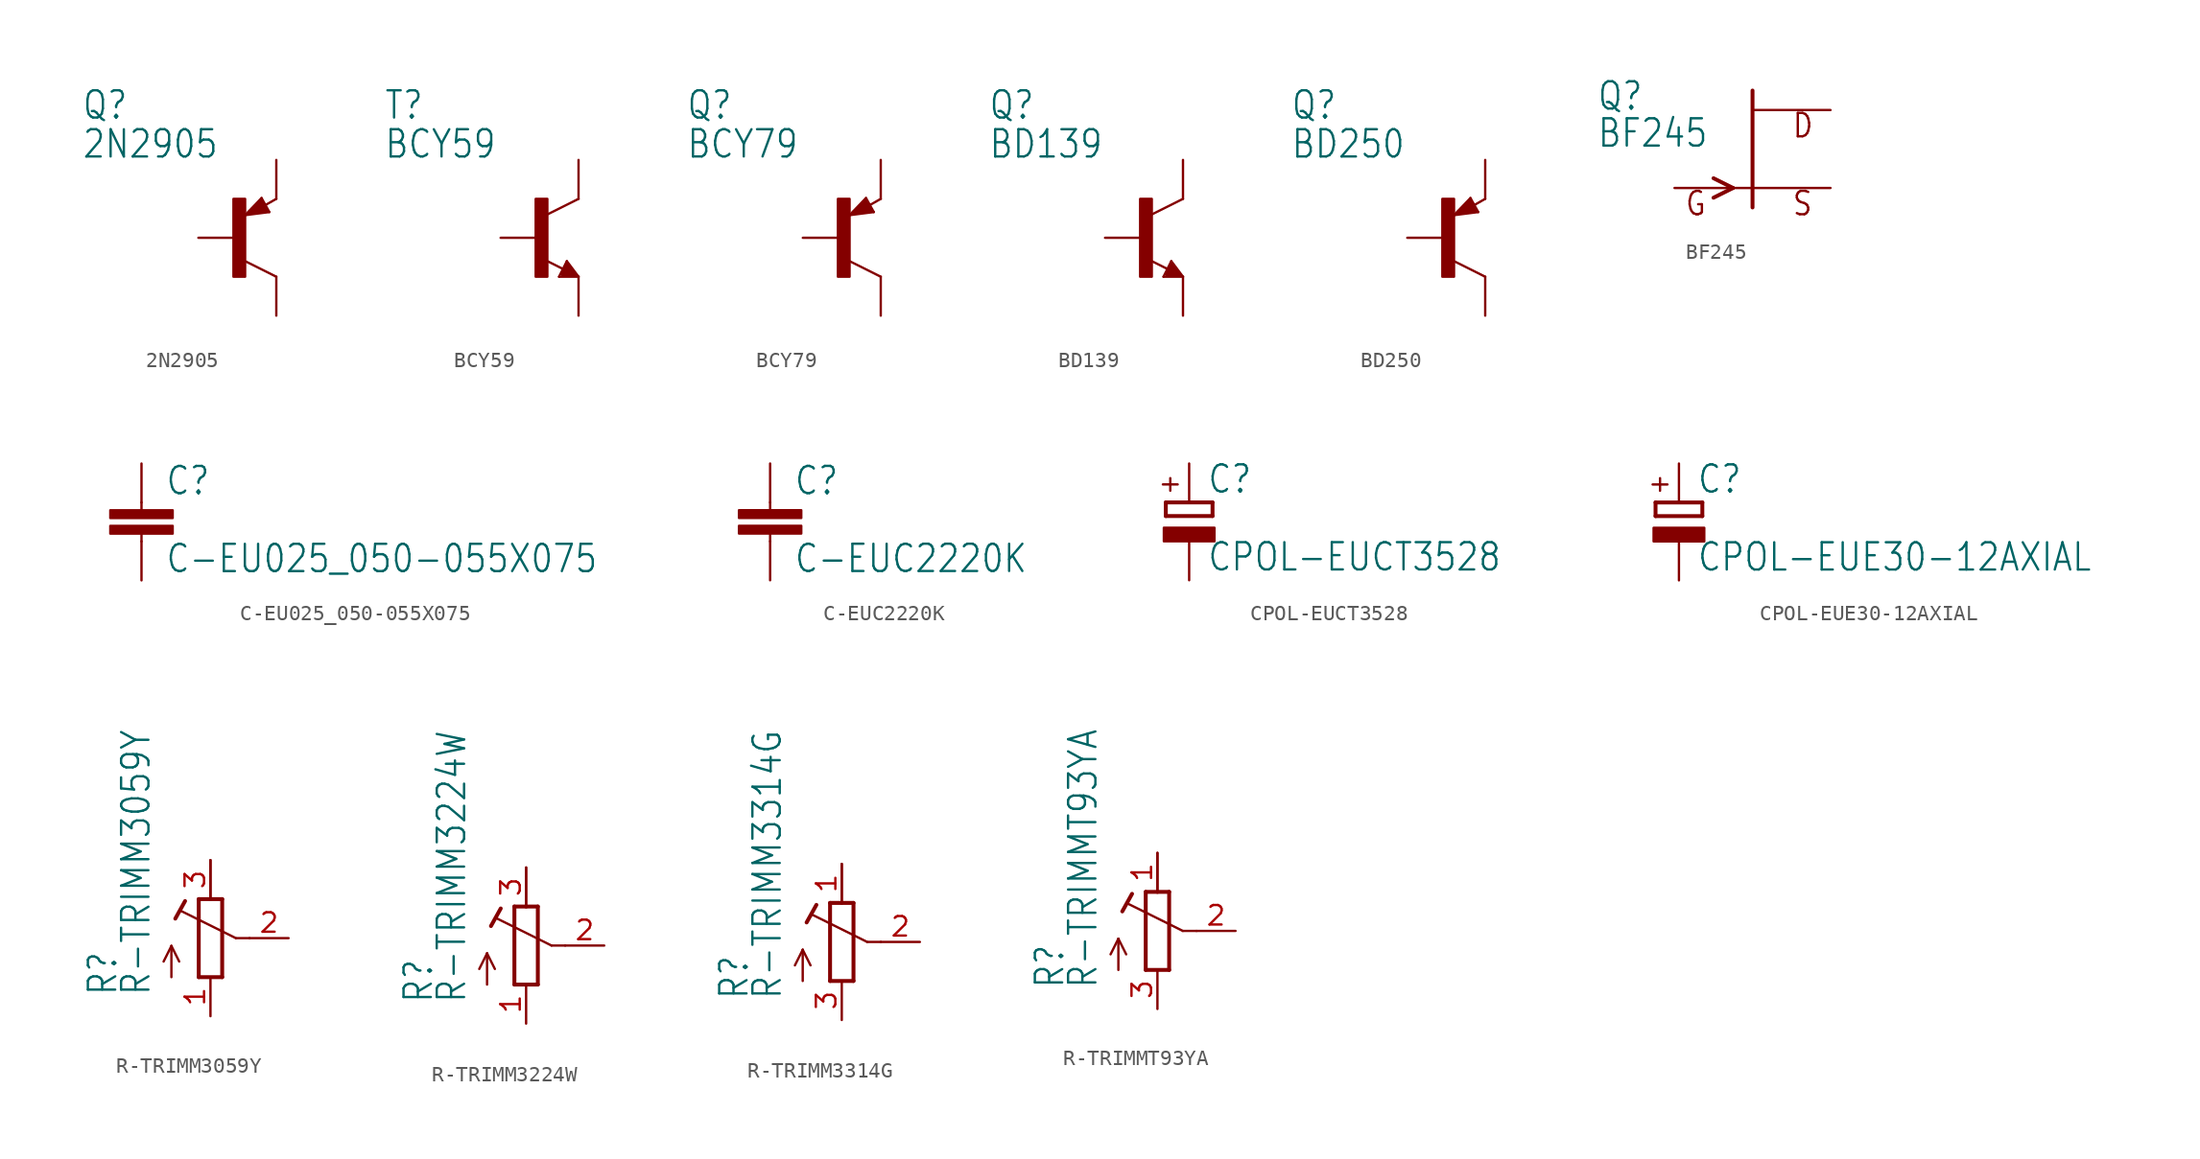
<source format=kicad_sym>
(kicad_symbol_lib
  (version 20211014)
  (generator kicad_symbol_editor)
  (symbol "2N2905"
    (property "Reference" "Q"
      (at -10.16 7.62 0)
      (effects (font (size 1.778 1.511)) (justify left bottom)))
    (property "Value" "2N2905"
      (at -10.16 5.08 0)
      (effects (font (size 1.778 1.511)) (justify left bottom)))
    (property "ki_locked" ""
      (at 0 0 0)
      (effects (font (size 1.27 1.27))))
    (symbol "2N2905_1_0"
      (rectangle (start -0.254 -2.54) (end 0.508 2.54) (stroke (width 0) (type default) (color 0 0 0 0)) (fill (type outline)))
      (polyline (pts (xy 0.516 1.478) (xy 2.086 1.678)) (stroke (width 0.152) (type default) (color 0 0 0 0)) (fill (type none)))
      (polyline (pts (xy 0.762 1.651) (xy 1.778 1.778)) (stroke (width 0.254) (type default) (color 0 0 0 0)) (fill (type none)))
      (polyline (pts (xy 1.143 1.905) (xy 1.524 1.905)) (stroke (width 0.254) (type default) (color 0 0 0 0)) (fill (type none)))
      (polyline (pts (xy 1.524 2.159) (xy 1.143 1.905)) (stroke (width 0.254) (type default) (color 0 0 0 0)) (fill (type none)))
      (polyline (pts (xy 1.524 2.413) (xy 0.762 1.651)) (stroke (width 0.254) (type default) (color 0 0 0 0)) (fill (type none)))
      (polyline (pts (xy 1.578 2.594) (xy 0.516 1.478)) (stroke (width 0.152) (type default) (color 0 0 0 0)) (fill (type none)))
      (polyline (pts (xy 1.778 1.778) (xy 1.524 2.159)) (stroke (width 0.254) (type default) (color 0 0 0 0)) (fill (type none)))
      (polyline (pts (xy 1.905 1.778) (xy 1.524 2.413)) (stroke (width 0.254) (type default) (color 0 0 0 0)) (fill (type none)))
      (polyline (pts (xy 2.086 1.678) (xy 1.578 2.594)) (stroke (width 0.152) (type default) (color 0 0 0 0)) (fill (type none)))
      (polyline (pts (xy 2.54 -2.54) (xy 0.508 -1.524)) (stroke (width 0.152) (type default) (color 0 0 0 0)) (fill (type none)))
      (polyline (pts (xy 2.54 2.54) (xy 1.808 2.124)) (stroke (width 0.152) (type default) (color 0 0 0 0)) (fill (type none)))
      (pin passive line (at 2.54 5.08 270) (length 2.54) (name "E" (effects (font (size 0 0)))) (number "1" (effects (font (size 0 0)))))
      (pin passive line (at -2.54 0 0) (length 2.54) (name "B" (effects (font (size 0 0)))) (number "2" (effects (font (size 0 0)))))
      (pin passive line (at 2.54 -5.08 90) (length 2.54) (name "C" (effects (font (size 0 0)))) (number "3" (effects (font (size 0 0)))))))
  (symbol "BCY59"
    (property "Reference" "T"
      (at -10.16 7.62 0)
      (effects (font (size 1.778 1.511)) (justify left bottom)))
    (property "Value" "BCY59"
      (at -10.16 5.08 0)
      (effects (font (size 1.778 1.511)) (justify left bottom)))
    (property "ki_locked" ""
      (at 0 0 0)
      (effects (font (size 1.27 1.27))))
    (symbol "BCY59_1_0"
      (rectangle (start -0.254 -2.54) (end 0.508 2.54) (stroke (width 0) (type default) (color 0 0 0 0)) (fill (type outline)))
      (polyline (pts (xy 1.27 -2.54) (xy 1.778 -1.524)) (stroke (width 0.152) (type default) (color 0 0 0 0)) (fill (type none)))
      (polyline (pts (xy 1.524 -2.413) (xy 2.286 -2.413)) (stroke (width 0.254) (type default) (color 0 0 0 0)) (fill (type none)))
      (polyline (pts (xy 1.524 -2.286) (xy 1.905 -2.286)) (stroke (width 0.254) (type default) (color 0 0 0 0)) (fill (type none)))
      (polyline (pts (xy 1.54 -2.04) (xy 0.308 -1.424)) (stroke (width 0.152) (type default) (color 0 0 0 0)) (fill (type none)))
      (polyline (pts (xy 1.778 -1.778) (xy 1.524 -2.286)) (stroke (width 0.254) (type default) (color 0 0 0 0)) (fill (type none)))
      (polyline (pts (xy 1.778 -1.524) (xy 2.54 -2.54)) (stroke (width 0.152) (type default) (color 0 0 0 0)) (fill (type none)))
      (polyline (pts (xy 1.905 -2.286) (xy 1.778 -2.032)) (stroke (width 0.254) (type default) (color 0 0 0 0)) (fill (type none)))
      (polyline (pts (xy 2.286 -2.413) (xy 1.778 -1.778)) (stroke (width 0.254) (type default) (color 0 0 0 0)) (fill (type none)))
      (polyline (pts (xy 2.54 -2.54) (xy 1.27 -2.54)) (stroke (width 0.152) (type default) (color 0 0 0 0)) (fill (type none)))
      (polyline (pts (xy 2.54 2.54) (xy 0.508 1.524)) (stroke (width 0.152) (type default) (color 0 0 0 0)) (fill (type none)))
      (pin passive line (at 2.54 -5.08 90) (length 2.54) (name "E" (effects (font (size 0 0)))) (number "1" (effects (font (size 0 0)))))
      (pin passive line (at -2.54 0 0) (length 2.54) (name "B" (effects (font (size 0 0)))) (number "2" (effects (font (size 0 0)))))
      (pin passive line (at 2.54 5.08 270) (length 2.54) (name "C" (effects (font (size 0 0)))) (number "3" (effects (font (size 0 0)))))))
  (symbol "BCY79"
    (property "Reference" "Q"
      (at -10.16 7.62 0)
      (effects (font (size 1.778 1.511)) (justify left bottom)))
    (property "Value" "BCY79"
      (at -10.16 5.08 0)
      (effects (font (size 1.778 1.511)) (justify left bottom)))
    (property "ki_locked" ""
      (at 0 0 0)
      (effects (font (size 1.27 1.27))))
    (symbol "BCY79_1_0"
      (rectangle (start -0.254 -2.54) (end 0.508 2.54) (stroke (width 0) (type default) (color 0 0 0 0)) (fill (type outline)))
      (polyline (pts (xy 0.516 1.478) (xy 2.086 1.678)) (stroke (width 0.152) (type default) (color 0 0 0 0)) (fill (type none)))
      (polyline (pts (xy 0.762 1.651) (xy 1.778 1.778)) (stroke (width 0.254) (type default) (color 0 0 0 0)) (fill (type none)))
      (polyline (pts (xy 1.143 1.905) (xy 1.524 1.905)) (stroke (width 0.254) (type default) (color 0 0 0 0)) (fill (type none)))
      (polyline (pts (xy 1.524 2.159) (xy 1.143 1.905)) (stroke (width 0.254) (type default) (color 0 0 0 0)) (fill (type none)))
      (polyline (pts (xy 1.524 2.413) (xy 0.762 1.651)) (stroke (width 0.254) (type default) (color 0 0 0 0)) (fill (type none)))
      (polyline (pts (xy 1.578 2.594) (xy 0.516 1.478)) (stroke (width 0.152) (type default) (color 0 0 0 0)) (fill (type none)))
      (polyline (pts (xy 1.778 1.778) (xy 1.524 2.159)) (stroke (width 0.254) (type default) (color 0 0 0 0)) (fill (type none)))
      (polyline (pts (xy 1.905 1.778) (xy 1.524 2.413)) (stroke (width 0.254) (type default) (color 0 0 0 0)) (fill (type none)))
      (polyline (pts (xy 2.086 1.678) (xy 1.578 2.594)) (stroke (width 0.152) (type default) (color 0 0 0 0)) (fill (type none)))
      (polyline (pts (xy 2.54 -2.54) (xy 0.508 -1.524)) (stroke (width 0.152) (type default) (color 0 0 0 0)) (fill (type none)))
      (polyline (pts (xy 2.54 2.54) (xy 1.808 2.124)) (stroke (width 0.152) (type default) (color 0 0 0 0)) (fill (type none)))
      (pin passive line (at 2.54 5.08 270) (length 2.54) (name "E" (effects (font (size 0 0)))) (number "1" (effects (font (size 0 0)))))
      (pin passive line (at -2.54 0 0) (length 2.54) (name "B" (effects (font (size 0 0)))) (number "2" (effects (font (size 0 0)))))
      (pin passive line (at 2.54 -5.08 90) (length 2.54) (name "C" (effects (font (size 0 0)))) (number "3" (effects (font (size 0 0)))))))
  (symbol "BD139"
    (property "Reference" "Q"
      (at -10.16 7.62 0)
      (effects (font (size 1.778 1.511)) (justify left bottom)))
    (property "Value" "BD139"
      (at -10.16 5.08 0)
      (effects (font (size 1.778 1.511)) (justify left bottom)))
    (property "ki_locked" ""
      (at 0 0 0)
      (effects (font (size 1.27 1.27))))
    (symbol "BD139_1_0"
      (rectangle (start -0.254 -2.54) (end 0.508 2.54) (stroke (width 0) (type default) (color 0 0 0 0)) (fill (type outline)))
      (polyline (pts (xy 1.27 -2.54) (xy 1.778 -1.524)) (stroke (width 0.152) (type default) (color 0 0 0 0)) (fill (type none)))
      (polyline (pts (xy 1.524 -2.413) (xy 2.286 -2.413)) (stroke (width 0.254) (type default) (color 0 0 0 0)) (fill (type none)))
      (polyline (pts (xy 1.524 -2.286) (xy 1.905 -2.286)) (stroke (width 0.254) (type default) (color 0 0 0 0)) (fill (type none)))
      (polyline (pts (xy 1.54 -2.04) (xy 0.308 -1.424)) (stroke (width 0.152) (type default) (color 0 0 0 0)) (fill (type none)))
      (polyline (pts (xy 1.778 -1.778) (xy 1.524 -2.286)) (stroke (width 0.254) (type default) (color 0 0 0 0)) (fill (type none)))
      (polyline (pts (xy 1.778 -1.524) (xy 2.54 -2.54)) (stroke (width 0.152) (type default) (color 0 0 0 0)) (fill (type none)))
      (polyline (pts (xy 1.905 -2.286) (xy 1.778 -2.032)) (stroke (width 0.254) (type default) (color 0 0 0 0)) (fill (type none)))
      (polyline (pts (xy 2.286 -2.413) (xy 1.778 -1.778)) (stroke (width 0.254) (type default) (color 0 0 0 0)) (fill (type none)))
      (polyline (pts (xy 2.54 -2.54) (xy 1.27 -2.54)) (stroke (width 0.152) (type default) (color 0 0 0 0)) (fill (type none)))
      (polyline (pts (xy 2.54 2.54) (xy 0.508 1.524)) (stroke (width 0.152) (type default) (color 0 0 0 0)) (fill (type none)))
      (pin passive line (at 2.54 -5.08 90) (length 2.54) (name "E" (effects (font (size 0 0)))) (number "1" (effects (font (size 0 0)))))
      (pin passive line (at 2.54 5.08 270) (length 2.54) (name "C" (effects (font (size 0 0)))) (number "2" (effects (font (size 0 0)))))
      (pin passive line (at -2.54 0 0) (length 2.54) (name "B" (effects (font (size 0 0)))) (number "3" (effects (font (size 0 0)))))))
  (symbol "BD250"
    (property "Reference" "Q"
      (at -10.16 7.62 0)
      (effects (font (size 1.778 1.511)) (justify left bottom)))
    (property "Value" "BD250"
      (at -10.16 5.08 0)
      (effects (font (size 1.778 1.511)) (justify left bottom)))
    (property "ki_locked" ""
      (at 0 0 0)
      (effects (font (size 1.27 1.27))))
    (symbol "BD250_1_0"
      (rectangle (start -0.254 -2.54) (end 0.508 2.54) (stroke (width 0) (type default) (color 0 0 0 0)) (fill (type outline)))
      (polyline (pts (xy 0.516 1.478) (xy 2.086 1.678)) (stroke (width 0.152) (type default) (color 0 0 0 0)) (fill (type none)))
      (polyline (pts (xy 0.762 1.651) (xy 1.778 1.778)) (stroke (width 0.254) (type default) (color 0 0 0 0)) (fill (type none)))
      (polyline (pts (xy 1.143 1.905) (xy 1.524 1.905)) (stroke (width 0.254) (type default) (color 0 0 0 0)) (fill (type none)))
      (polyline (pts (xy 1.524 2.159) (xy 1.143 1.905)) (stroke (width 0.254) (type default) (color 0 0 0 0)) (fill (type none)))
      (polyline (pts (xy 1.524 2.413) (xy 0.762 1.651)) (stroke (width 0.254) (type default) (color 0 0 0 0)) (fill (type none)))
      (polyline (pts (xy 1.578 2.594) (xy 0.516 1.478)) (stroke (width 0.152) (type default) (color 0 0 0 0)) (fill (type none)))
      (polyline (pts (xy 1.778 1.778) (xy 1.524 2.159)) (stroke (width 0.254) (type default) (color 0 0 0 0)) (fill (type none)))
      (polyline (pts (xy 1.905 1.778) (xy 1.524 2.413)) (stroke (width 0.254) (type default) (color 0 0 0 0)) (fill (type none)))
      (polyline (pts (xy 2.086 1.678) (xy 1.578 2.594)) (stroke (width 0.152) (type default) (color 0 0 0 0)) (fill (type none)))
      (polyline (pts (xy 2.54 -2.54) (xy 0.508 -1.524)) (stroke (width 0.152) (type default) (color 0 0 0 0)) (fill (type none)))
      (polyline (pts (xy 2.54 2.54) (xy 1.808 2.124)) (stroke (width 0.152) (type default) (color 0 0 0 0)) (fill (type none)))
      (pin passive line (at -2.54 0 0) (length 2.54) (name "B" (effects (font (size 0 0)))) (number "1" (effects (font (size 0 0)))))
      (pin passive line (at 2.54 -5.08 90) (length 2.54) (name "C" (effects (font (size 0 0)))) (number "2" (effects (font (size 0 0)))))
      (pin passive line (at 2.54 5.08 270) (length 2.54) (name "E" (effects (font (size 0 0)))) (number "3" (effects (font (size 0 0)))))))
  (symbol "BF245"
    (property "Reference" "Q"
      (at -10.16 2.413 0)
      (effects (font (size 1.778 1.511)) (justify left bottom)))
    (property "Value" "BF245"
      (at -10.16 0 0)
      (effects (font (size 1.778 1.511)) (justify left bottom)))
    (property "ki_locked" ""
      (at 0 0 0)
      (effects (font (size 1.27 1.27))))
    (symbol "BF245_1_0"
      (polyline (pts (xy -2.54 -1.905) (xy -1.27 -2.54)) (stroke (width 0.254) (type default) (color 0 0 0 0)) (fill (type none)))
      (polyline (pts (xy -1.27 -2.54) (xy -2.54 -3.175)) (stroke (width 0.254) (type default) (color 0 0 0 0)) (fill (type none)))
      (polyline (pts (xy 0 -3.81) (xy 0 3.81)) (stroke (width 0.254) (type default) (color 0 0 0 0)) (fill (type none)))
      (text "D" (at 2.54 0.635 0) (effects (font (size 1.524 1.295)) (justify left bottom)))
      (text "G" (at -4.445 -4.445 0) (effects (font (size 1.524 1.295)) (justify left bottom)))
      (text "S" (at 2.54 -4.445 0) (effects (font (size 1.524 1.295)) (justify left bottom)))
      (pin passive line (at 5.08 2.54 180) (length 5.08) (name "D" (effects (font (size 0 0)))) (number "1" (effects (font (size 0 0)))))
      (pin passive line (at 5.08 -2.54 180) (length 5.08) (name "S" (effects (font (size 0 0)))) (number "2" (effects (font (size 0 0)))))
      (pin passive line (at -5.08 -2.54 0) (length 5.08) (name "G" (effects (font (size 0 0)))) (number "3" (effects (font (size 0 0)))))))
  (symbol "C-EU025_050-055X075"
    (property "Reference" "C"
      (at 1.524 0.381 0)
      (effects (font (size 1.778 1.511)) (justify left bottom)))
    (property "Value" "C-EU025_050-055X075"
      (at 1.524 -4.699 0)
      (effects (font (size 1.778 1.511)) (justify left bottom)))
    (property "ki_locked" ""
      (at 0 0 0)
      (effects (font (size 1.27 1.27))))
    (symbol "C-EU025_050-055X075_1_0"
      (rectangle (start -2.032 -2.032) (end 2.032 -1.524) (stroke (width 0) (type default) (color 0 0 0 0)) (fill (type outline)))
      (rectangle (start -2.032 -1.016) (end 2.032 -0.508) (stroke (width 0) (type default) (color 0 0 0 0)) (fill (type outline)))
      (polyline (pts (xy 0 -2.54) (xy 0 -2.032)) (stroke (width 0.152) (type default) (color 0 0 0 0)) (fill (type none)))
      (polyline (pts (xy 0 0) (xy 0 -0.508)) (stroke (width 0.152) (type default) (color 0 0 0 0)) (fill (type none)))
      (pin passive line (at 0 2.54 270) (length 2.54) (name "1" (effects (font (size 0 0)))) (number "1" (effects (font (size 0 0)))))
      (pin passive line (at 0 -5.08 90) (length 2.54) (name "2" (effects (font (size 0 0)))) (number "2" (effects (font (size 0 0)))))))
  (symbol "C-EUC2220K"
    (property "Reference" "C"
      (at 1.524 0.381 0)
      (effects (font (size 1.778 1.511)) (justify left bottom)))
    (property "Value" "C-EUC2220K"
      (at 1.524 -4.699 0)
      (effects (font (size 1.778 1.511)) (justify left bottom)))
    (property "ki_locked" ""
      (at 0 0 0)
      (effects (font (size 1.27 1.27))))
    (symbol "C-EUC2220K_1_0"
      (rectangle (start -2.032 -2.032) (end 2.032 -1.524) (stroke (width 0) (type default) (color 0 0 0 0)) (fill (type outline)))
      (rectangle (start -2.032 -1.016) (end 2.032 -0.508) (stroke (width 0) (type default) (color 0 0 0 0)) (fill (type outline)))
      (polyline (pts (xy 0 -2.54) (xy 0 -2.032)) (stroke (width 0.152) (type default) (color 0 0 0 0)) (fill (type none)))
      (polyline (pts (xy 0 0) (xy 0 -0.508)) (stroke (width 0.152) (type default) (color 0 0 0 0)) (fill (type none)))
      (pin passive line (at 0 2.54 270) (length 2.54) (name "1" (effects (font (size 0 0)))) (number "1" (effects (font (size 0 0)))))
      (pin passive line (at 0 -5.08 90) (length 2.54) (name "2" (effects (font (size 0 0)))) (number "2" (effects (font (size 0 0)))))))
  (symbol "CPOL-EUCT3528"
    (property "Reference" "C"
      (at 1.143 0.483 0)
      (effects (font (size 1.778 1.511)) (justify left bottom)))
    (property "Value" "CPOL-EUCT3528"
      (at 1.143 -4.597 0)
      (effects (font (size 1.778 1.511)) (justify left bottom)))
    (property "ki_locked" ""
      (at 0 0 0)
      (effects (font (size 1.27 1.27))))
    (symbol "CPOL-EUCT3528_1_0"
      (rectangle (start -1.651 -2.54) (end 1.651 -1.651) (stroke (width 0) (type default) (color 0 0 0 0)) (fill (type outline)))
      (polyline (pts (xy -1.524 -0.889) (xy 1.524 -0.889)) (stroke (width 0.254) (type default) (color 0 0 0 0)) (fill (type none)))
      (polyline (pts (xy -1.524 0) (xy -1.524 -0.889)) (stroke (width 0.254) (type default) (color 0 0 0 0)) (fill (type none)))
      (polyline (pts (xy -1.524 0) (xy 1.524 0)) (stroke (width 0.254) (type default) (color 0 0 0 0)) (fill (type none)))
      (polyline (pts (xy 1.524 -0.889) (xy 1.524 0)) (stroke (width 0.254) (type default) (color 0 0 0 0)) (fill (type none)))
      (text "+" (at -0.584 0.406 900) (effects (font (size 1.27 1.079)) (justify left bottom)))
      (pin passive line (at 0 -5.08 90) (length 2.54) (name "-" (effects (font (size 0 0)))) (number "+" (effects (font (size 0 0)))))
      (pin passive line (at 0 2.54 270) (length 2.54) (name "+" (effects (font (size 0 0)))) (number "-" (effects (font (size 0 0)))))))
  (symbol "CPOL-EUE30-12AXIAL"
    (property "Reference" "C"
      (at 1.143 0.483 0)
      (effects (font (size 1.778 1.511)) (justify left bottom)))
    (property "Value" "CPOL-EUE30-12AXIAL"
      (at 1.143 -4.597 0)
      (effects (font (size 1.778 1.511)) (justify left bottom)))
    (property "ki_locked" ""
      (at 0 0 0)
      (effects (font (size 1.27 1.27))))
    (symbol "CPOL-EUE30-12AXIAL_1_0"
      (rectangle (start -1.651 -2.54) (end 1.651 -1.651) (stroke (width 0) (type default) (color 0 0 0 0)) (fill (type outline)))
      (polyline (pts (xy -1.524 -0.889) (xy 1.524 -0.889)) (stroke (width 0.254) (type default) (color 0 0 0 0)) (fill (type none)))
      (polyline (pts (xy -1.524 0) (xy -1.524 -0.889)) (stroke (width 0.254) (type default) (color 0 0 0 0)) (fill (type none)))
      (polyline (pts (xy -1.524 0) (xy 1.524 0)) (stroke (width 0.254) (type default) (color 0 0 0 0)) (fill (type none)))
      (polyline (pts (xy 1.524 -0.889) (xy 1.524 0)) (stroke (width 0.254) (type default) (color 0 0 0 0)) (fill (type none)))
      (text "+" (at -0.584 0.406 900) (effects (font (size 1.27 1.079)) (justify left bottom)))
      (pin passive line (at 0 2.54 270) (length 2.54) (name "+" (effects (font (size 0 0)))) (number "+" (effects (font (size 0 0)))))
      (pin passive line (at 0 -5.08 90) (length 2.54) (name "-" (effects (font (size 0 0)))) (number "-" (effects (font (size 0 0)))))))
  (symbol "R-TRIMM3059Y"
    (property "Reference" "R"
      (at -5.969 -3.81 90)
      (effects (font (size 1.778 1.511)) (justify left bottom)))
    (property "Value" "R-TRIMM3059Y"
      (at -3.81 -3.81 90)
      (effects (font (size 1.778 1.511)) (justify left bottom)))
    (property "ki_locked" ""
      (at 0 0 0)
      (effects (font (size 1.27 1.27))))
    (symbol "R-TRIMM3059Y_1_0"
      (polyline (pts (xy -2.54 -2.54) (xy -2.54 -0.508)) (stroke (width 0.152) (type default) (color 0 0 0 0)) (fill (type none)))
      (polyline (pts (xy -2.54 -0.508) (xy -3.048 -1.524)) (stroke (width 0.152) (type default) (color 0 0 0 0)) (fill (type none)))
      (polyline (pts (xy -2.54 -0.508) (xy -2.032 -1.524)) (stroke (width 0.152) (type default) (color 0 0 0 0)) (fill (type none)))
      (polyline (pts (xy -2.286 1.27) (xy -1.651 2.413)) (stroke (width 0.254) (type default) (color 0 0 0 0)) (fill (type none)))
      (polyline (pts (xy -0.762 -2.54) (xy 0.762 -2.54)) (stroke (width 0.254) (type default) (color 0 0 0 0)) (fill (type none)))
      (polyline (pts (xy -0.762 2.54) (xy -0.762 -2.54)) (stroke (width 0.254) (type default) (color 0 0 0 0)) (fill (type none)))
      (polyline (pts (xy 0 2.54) (xy -0.762 2.54)) (stroke (width 0.254) (type default) (color 0 0 0 0)) (fill (type none)))
      (polyline (pts (xy 0 2.54) (xy 0 5.08)) (stroke (width 0.152) (type default) (color 0 0 0 0)) (fill (type none)))
      (polyline (pts (xy 0.762 -2.54) (xy 0.762 2.54)) (stroke (width 0.254) (type default) (color 0 0 0 0)) (fill (type none)))
      (polyline (pts (xy 0.762 2.54) (xy 0 2.54)) (stroke (width 0.254) (type default) (color 0 0 0 0)) (fill (type none)))
      (polyline (pts (xy 1.651 0) (xy -1.88 1.753)) (stroke (width 0.152) (type default) (color 0 0 0 0)) (fill (type none)))
      (polyline (pts (xy 2.54 0) (xy 1.651 0)) (stroke (width 0.152) (type default) (color 0 0 0 0)) (fill (type none)))
      (pin passive line (at 0 -5.08 90) (length 2.54) (name "A" (effects (font (size 0 0)))) (number "1" (effects (font (size 1.27 1.27)))))
      (pin passive line (at 5.08 0 180) (length 2.54) (name "S" (effects (font (size 0 0)))) (number "2" (effects (font (size 1.27 1.27)))))
      (pin passive line (at 0 5.08 270) (length 2.54) (name "E" (effects (font (size 0 0)))) (number "3" (effects (font (size 1.27 1.27)))))))
  (symbol "R-TRIMM3224W"
    (property "Reference" "R"
      (at -5.969 -3.81 90)
      (effects (font (size 1.778 1.511)) (justify left bottom)))
    (property "Value" "R-TRIMM3224W"
      (at -3.81 -3.81 90)
      (effects (font (size 1.778 1.511)) (justify left bottom)))
    (property "ki_locked" ""
      (at 0 0 0)
      (effects (font (size 1.27 1.27))))
    (symbol "R-TRIMM3224W_1_0"
      (polyline (pts (xy -2.54 -2.54) (xy -2.54 -0.508)) (stroke (width 0.152) (type default) (color 0 0 0 0)) (fill (type none)))
      (polyline (pts (xy -2.54 -0.508) (xy -3.048 -1.524)) (stroke (width 0.152) (type default) (color 0 0 0 0)) (fill (type none)))
      (polyline (pts (xy -2.54 -0.508) (xy -2.032 -1.524)) (stroke (width 0.152) (type default) (color 0 0 0 0)) (fill (type none)))
      (polyline (pts (xy -2.286 1.27) (xy -1.651 2.413)) (stroke (width 0.254) (type default) (color 0 0 0 0)) (fill (type none)))
      (polyline (pts (xy -0.762 -2.54) (xy 0.762 -2.54)) (stroke (width 0.254) (type default) (color 0 0 0 0)) (fill (type none)))
      (polyline (pts (xy -0.762 2.54) (xy -0.762 -2.54)) (stroke (width 0.254) (type default) (color 0 0 0 0)) (fill (type none)))
      (polyline (pts (xy 0 2.54) (xy -0.762 2.54)) (stroke (width 0.254) (type default) (color 0 0 0 0)) (fill (type none)))
      (polyline (pts (xy 0 2.54) (xy 0 5.08)) (stroke (width 0.152) (type default) (color 0 0 0 0)) (fill (type none)))
      (polyline (pts (xy 0.762 -2.54) (xy 0.762 2.54)) (stroke (width 0.254) (type default) (color 0 0 0 0)) (fill (type none)))
      (polyline (pts (xy 0.762 2.54) (xy 0 2.54)) (stroke (width 0.254) (type default) (color 0 0 0 0)) (fill (type none)))
      (polyline (pts (xy 1.651 0) (xy -1.88 1.753)) (stroke (width 0.152) (type default) (color 0 0 0 0)) (fill (type none)))
      (polyline (pts (xy 2.54 0) (xy 1.651 0)) (stroke (width 0.152) (type default) (color 0 0 0 0)) (fill (type none)))
      (pin passive line (at 0 -5.08 90) (length 2.54) (name "A" (effects (font (size 0 0)))) (number "1" (effects (font (size 1.27 1.27)))))
      (pin passive line (at 5.08 0 180) (length 2.54) (name "S" (effects (font (size 0 0)))) (number "2" (effects (font (size 1.27 1.27)))))
      (pin passive line (at 0 5.08 270) (length 2.54) (name "E" (effects (font (size 0 0)))) (number "3" (effects (font (size 1.27 1.27)))))))
  (symbol "R-TRIMM3314G"
    (property "Reference" "R"
      (at -5.969 -3.81 90)
      (effects (font (size 1.778 1.511)) (justify left bottom)))
    (property "Value" "R-TRIMM3314G"
      (at -3.81 -3.81 90)
      (effects (font (size 1.778 1.511)) (justify left bottom)))
    (property "ki_locked" ""
      (at 0 0 0)
      (effects (font (size 1.27 1.27))))
    (symbol "R-TRIMM3314G_1_0"
      (polyline (pts (xy -2.54 -2.54) (xy -2.54 -0.508)) (stroke (width 0.152) (type default) (color 0 0 0 0)) (fill (type none)))
      (polyline (pts (xy -2.54 -0.508) (xy -3.048 -1.524)) (stroke (width 0.152) (type default) (color 0 0 0 0)) (fill (type none)))
      (polyline (pts (xy -2.54 -0.508) (xy -2.032 -1.524)) (stroke (width 0.152) (type default) (color 0 0 0 0)) (fill (type none)))
      (polyline (pts (xy -2.286 1.27) (xy -1.651 2.413)) (stroke (width 0.254) (type default) (color 0 0 0 0)) (fill (type none)))
      (polyline (pts (xy -0.762 -2.54) (xy 0.762 -2.54)) (stroke (width 0.254) (type default) (color 0 0 0 0)) (fill (type none)))
      (polyline (pts (xy -0.762 2.54) (xy -0.762 -2.54)) (stroke (width 0.254) (type default) (color 0 0 0 0)) (fill (type none)))
      (polyline (pts (xy 0 2.54) (xy -0.762 2.54)) (stroke (width 0.254) (type default) (color 0 0 0 0)) (fill (type none)))
      (polyline (pts (xy 0 2.54) (xy 0 5.08)) (stroke (width 0.152) (type default) (color 0 0 0 0)) (fill (type none)))
      (polyline (pts (xy 0.762 -2.54) (xy 0.762 2.54)) (stroke (width 0.254) (type default) (color 0 0 0 0)) (fill (type none)))
      (polyline (pts (xy 0.762 2.54) (xy 0 2.54)) (stroke (width 0.254) (type default) (color 0 0 0 0)) (fill (type none)))
      (polyline (pts (xy 1.651 0) (xy -1.88 1.753)) (stroke (width 0.152) (type default) (color 0 0 0 0)) (fill (type none)))
      (polyline (pts (xy 2.54 0) (xy 1.651 0)) (stroke (width 0.152) (type default) (color 0 0 0 0)) (fill (type none)))
      (pin passive line (at 0 5.08 270) (length 2.54) (name "E" (effects (font (size 0 0)))) (number "1" (effects (font (size 1.27 1.27)))))
      (pin passive line (at 5.08 0 180) (length 2.54) (name "S" (effects (font (size 0 0)))) (number "2" (effects (font (size 1.27 1.27)))))
      (pin passive line (at 0 -5.08 90) (length 2.54) (name "A" (effects (font (size 0 0)))) (number "3" (effects (font (size 1.27 1.27)))))))
  (symbol "R-TRIMMT93YA"
    (property "Reference" "R"
      (at -5.969 -3.81 90)
      (effects (font (size 1.778 1.511)) (justify left bottom)))
    (property "Value" "R-TRIMMT93YA"
      (at -3.81 -3.81 90)
      (effects (font (size 1.778 1.511)) (justify left bottom)))
    (property "ki_locked" ""
      (at 0 0 0)
      (effects (font (size 1.27 1.27))))
    (symbol "R-TRIMMT93YA_1_0"
      (polyline (pts (xy -2.54 -2.54) (xy -2.54 -0.508)) (stroke (width 0.152) (type default) (color 0 0 0 0)) (fill (type none)))
      (polyline (pts (xy -2.54 -0.508) (xy -3.048 -1.524)) (stroke (width 0.152) (type default) (color 0 0 0 0)) (fill (type none)))
      (polyline (pts (xy -2.54 -0.508) (xy -2.032 -1.524)) (stroke (width 0.152) (type default) (color 0 0 0 0)) (fill (type none)))
      (polyline (pts (xy -2.286 1.27) (xy -1.651 2.413)) (stroke (width 0.254) (type default) (color 0 0 0 0)) (fill (type none)))
      (polyline (pts (xy -0.762 -2.54) (xy 0.762 -2.54)) (stroke (width 0.254) (type default) (color 0 0 0 0)) (fill (type none)))
      (polyline (pts (xy -0.762 2.54) (xy -0.762 -2.54)) (stroke (width 0.254) (type default) (color 0 0 0 0)) (fill (type none)))
      (polyline (pts (xy 0 2.54) (xy -0.762 2.54)) (stroke (width 0.254) (type default) (color 0 0 0 0)) (fill (type none)))
      (polyline (pts (xy 0 2.54) (xy 0 5.08)) (stroke (width 0.152) (type default) (color 0 0 0 0)) (fill (type none)))
      (polyline (pts (xy 0.762 -2.54) (xy 0.762 2.54)) (stroke (width 0.254) (type default) (color 0 0 0 0)) (fill (type none)))
      (polyline (pts (xy 0.762 2.54) (xy 0 2.54)) (stroke (width 0.254) (type default) (color 0 0 0 0)) (fill (type none)))
      (polyline (pts (xy 1.651 0) (xy -1.88 1.753)) (stroke (width 0.152) (type default) (color 0 0 0 0)) (fill (type none)))
      (polyline (pts (xy 2.54 0) (xy 1.651 0)) (stroke (width 0.152) (type default) (color 0 0 0 0)) (fill (type none)))
      (pin passive line (at 0 5.08 270) (length 2.54) (name "E" (effects (font (size 0 0)))) (number "1" (effects (font (size 1.27 1.27)))))
      (pin passive line (at 5.08 0 180) (length 2.54) (name "S" (effects (font (size 0 0)))) (number "2" (effects (font (size 1.27 1.27)))))
      (pin passive line (at 0 -5.08 90) (length 2.54) (name "A" (effects (font (size 0 0)))) (number "3" (effects (font (size 1.27 1.27))))))))
</source>
